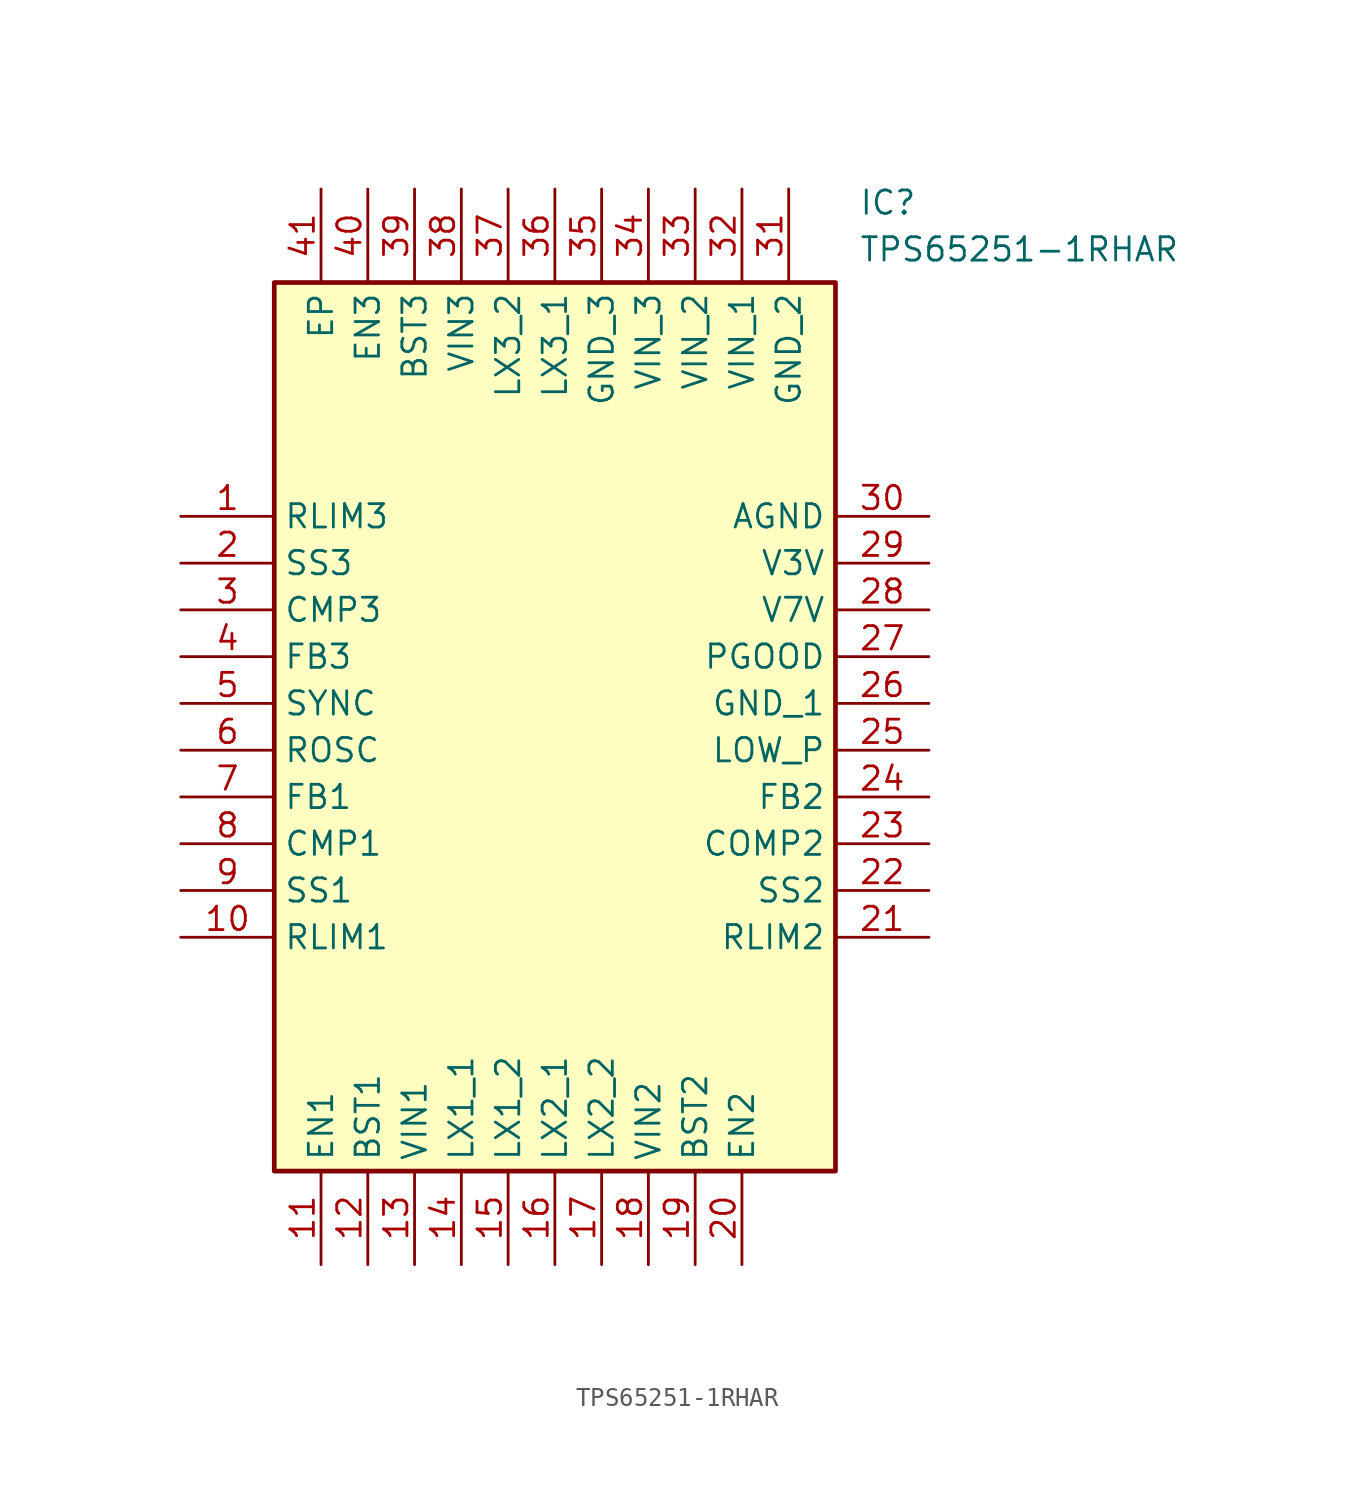
<source format=kicad_sym>
(kicad_symbol_lib
  (version 20211014)
  (generator SamacSys_ECAD_Model)
  (symbol "TPS65251-1RHAR"
    (property "Reference" "IC"
      (at 36.83 17.78 0)
      (effects (font (size 1.27 1.27)) (justify left top)))
    (property "Value" "TPS65251-1RHAR"
      (at 36.83 15.24 0)
      (effects (font (size 1.27 1.27)) (justify left top)))
    (rectangle
      (start 5.08 12.7)
      (end 35.56 -35.56)
      (stroke (width 0.254) (type default))
      (fill (type background)))
    (pin passive line
      (at 0 0 0)
      (length 5.08)
      (name "RLIM3" (effects (font (size 1.27 1.27))))
      (number "1" (effects (font (size 1.27 1.27)))))
    (pin passive line
      (at 0 -2.54 0)
      (length 5.08)
      (name "SS3" (effects (font (size 1.27 1.27))))
      (number "2" (effects (font (size 1.27 1.27)))))
    (pin passive line
      (at 0 -5.08 0)
      (length 5.08)
      (name "CMP3" (effects (font (size 1.27 1.27))))
      (number "3" (effects (font (size 1.27 1.27)))))
    (pin passive line
      (at 0 -7.62 0)
      (length 5.08)
      (name "FB3" (effects (font (size 1.27 1.27))))
      (number "4" (effects (font (size 1.27 1.27)))))
    (pin passive line
      (at 0 -10.16 0)
      (length 5.08)
      (name "SYNC" (effects (font (size 1.27 1.27))))
      (number "5" (effects (font (size 1.27 1.27)))))
    (pin passive line
      (at 0 -12.7 0)
      (length 5.08)
      (name "ROSC" (effects (font (size 1.27 1.27))))
      (number "6" (effects (font (size 1.27 1.27)))))
    (pin passive line
      (at 0 -15.24 0)
      (length 5.08)
      (name "FB1" (effects (font (size 1.27 1.27))))
      (number "7" (effects (font (size 1.27 1.27)))))
    (pin passive line
      (at 0 -17.78 0)
      (length 5.08)
      (name "CMP1" (effects (font (size 1.27 1.27))))
      (number "8" (effects (font (size 1.27 1.27)))))
    (pin passive line
      (at 0 -20.32 0)
      (length 5.08)
      (name "SS1" (effects (font (size 1.27 1.27))))
      (number "9" (effects (font (size 1.27 1.27)))))
    (pin passive line
      (at 0 -22.86 0)
      (length 5.08)
      (name "RLIM1" (effects (font (size 1.27 1.27))))
      (number "10" (effects (font (size 1.27 1.27)))))
    (pin passive line
      (at 7.62 -40.64 90)
      (length 5.08)
      (name "EN1" (effects (font (size 1.27 1.27))))
      (number "11" (effects (font (size 1.27 1.27)))))
    (pin passive line
      (at 10.16 -40.64 90)
      (length 5.08)
      (name "BST1" (effects (font (size 1.27 1.27))))
      (number "12" (effects (font (size 1.27 1.27)))))
    (pin passive line
      (at 12.7 -40.64 90)
      (length 5.08)
      (name "VIN1" (effects (font (size 1.27 1.27))))
      (number "13" (effects (font (size 1.27 1.27)))))
    (pin passive line
      (at 15.24 -40.64 90)
      (length 5.08)
      (name "LX1_1" (effects (font (size 1.27 1.27))))
      (number "14" (effects (font (size 1.27 1.27)))))
    (pin passive line
      (at 17.78 -40.64 90)
      (length 5.08)
      (name "LX1_2" (effects (font (size 1.27 1.27))))
      (number "15" (effects (font (size 1.27 1.27)))))
    (pin passive line
      (at 20.32 -40.64 90)
      (length 5.08)
      (name "LX2_1" (effects (font (size 1.27 1.27))))
      (number "16" (effects (font (size 1.27 1.27)))))
    (pin passive line
      (at 22.86 -40.64 90)
      (length 5.08)
      (name "LX2_2" (effects (font (size 1.27 1.27))))
      (number "17" (effects (font (size 1.27 1.27)))))
    (pin passive line
      (at 25.4 -40.64 90)
      (length 5.08)
      (name "VIN2" (effects (font (size 1.27 1.27))))
      (number "18" (effects (font (size 1.27 1.27)))))
    (pin passive line
      (at 27.94 -40.64 90)
      (length 5.08)
      (name "BST2" (effects (font (size 1.27 1.27))))
      (number "19" (effects (font (size 1.27 1.27)))))
    (pin passive line
      (at 30.48 -40.64 90)
      (length 5.08)
      (name "EN2" (effects (font (size 1.27 1.27))))
      (number "20" (effects (font (size 1.27 1.27)))))
    (pin passive line
      (at 40.64 0 180)
      (length 5.08)
      (name "AGND" (effects (font (size 1.27 1.27))))
      (number "30" (effects (font (size 1.27 1.27)))))
    (pin passive line
      (at 40.64 -2.54 180)
      (length 5.08)
      (name "V3V" (effects (font (size 1.27 1.27))))
      (number "29" (effects (font (size 1.27 1.27)))))
    (pin passive line
      (at 40.64 -5.08 180)
      (length 5.08)
      (name "V7V" (effects (font (size 1.27 1.27))))
      (number "28" (effects (font (size 1.27 1.27)))))
    (pin passive line
      (at 40.64 -7.62 180)
      (length 5.08)
      (name "PGOOD" (effects (font (size 1.27 1.27))))
      (number "27" (effects (font (size 1.27 1.27)))))
    (pin passive line
      (at 40.64 -10.16 180)
      (length 5.08)
      (name "GND_1" (effects (font (size 1.27 1.27))))
      (number "26" (effects (font (size 1.27 1.27)))))
    (pin passive line
      (at 40.64 -12.7 180)
      (length 5.08)
      (name "LOW_P" (effects (font (size 1.27 1.27))))
      (number "25" (effects (font (size 1.27 1.27)))))
    (pin passive line
      (at 40.64 -15.24 180)
      (length 5.08)
      (name "FB2" (effects (font (size 1.27 1.27))))
      (number "24" (effects (font (size 1.27 1.27)))))
    (pin passive line
      (at 40.64 -17.78 180)
      (length 5.08)
      (name "COMP2" (effects (font (size 1.27 1.27))))
      (number "23" (effects (font (size 1.27 1.27)))))
    (pin passive line
      (at 40.64 -20.32 180)
      (length 5.08)
      (name "SS2" (effects (font (size 1.27 1.27))))
      (number "22" (effects (font (size 1.27 1.27)))))
    (pin passive line
      (at 40.64 -22.86 180)
      (length 5.08)
      (name "RLIM2" (effects (font (size 1.27 1.27))))
      (number "21" (effects (font (size 1.27 1.27)))))
    (pin passive line
      (at 7.62 17.78 270)
      (length 5.08)
      (name "EP" (effects (font (size 1.27 1.27))))
      (number "41" (effects (font (size 1.27 1.27)))))
    (pin passive line
      (at 10.16 17.78 270)
      (length 5.08)
      (name "EN3" (effects (font (size 1.27 1.27))))
      (number "40" (effects (font (size 1.27 1.27)))))
    (pin passive line
      (at 12.7 17.78 270)
      (length 5.08)
      (name "BST3" (effects (font (size 1.27 1.27))))
      (number "39" (effects (font (size 1.27 1.27)))))
    (pin passive line
      (at 15.24 17.78 270)
      (length 5.08)
      (name "VIN3" (effects (font (size 1.27 1.27))))
      (number "38" (effects (font (size 1.27 1.27)))))
    (pin passive line
      (at 17.78 17.78 270)
      (length 5.08)
      (name "LX3_2" (effects (font (size 1.27 1.27))))
      (number "37" (effects (font (size 1.27 1.27)))))
    (pin passive line
      (at 20.32 17.78 270)
      (length 5.08)
      (name "LX3_1" (effects (font (size 1.27 1.27))))
      (number "36" (effects (font (size 1.27 1.27)))))
    (pin passive line
      (at 22.86 17.78 270)
      (length 5.08)
      (name "GND_3" (effects (font (size 1.27 1.27))))
      (number "35" (effects (font (size 1.27 1.27)))))
    (pin passive line
      (at 25.4 17.78 270)
      (length 5.08)
      (name "VIN_3" (effects (font (size 1.27 1.27))))
      (number "34" (effects (font (size 1.27 1.27)))))
    (pin passive line
      (at 27.94 17.78 270)
      (length 5.08)
      (name "VIN_2" (effects (font (size 1.27 1.27))))
      (number "33" (effects (font (size 1.27 1.27)))))
    (pin passive line
      (at 30.48 17.78 270)
      (length 5.08)
      (name "VIN_1" (effects (font (size 1.27 1.27))))
      (number "32" (effects (font (size 1.27 1.27)))))
    (pin passive line
      (at 33.02 17.78 270)
      (length 5.08)
      (name "GND_2" (effects (font (size 1.27 1.27))))
      (number "31" (effects (font (size 1.27 1.27)))))))
</source>
